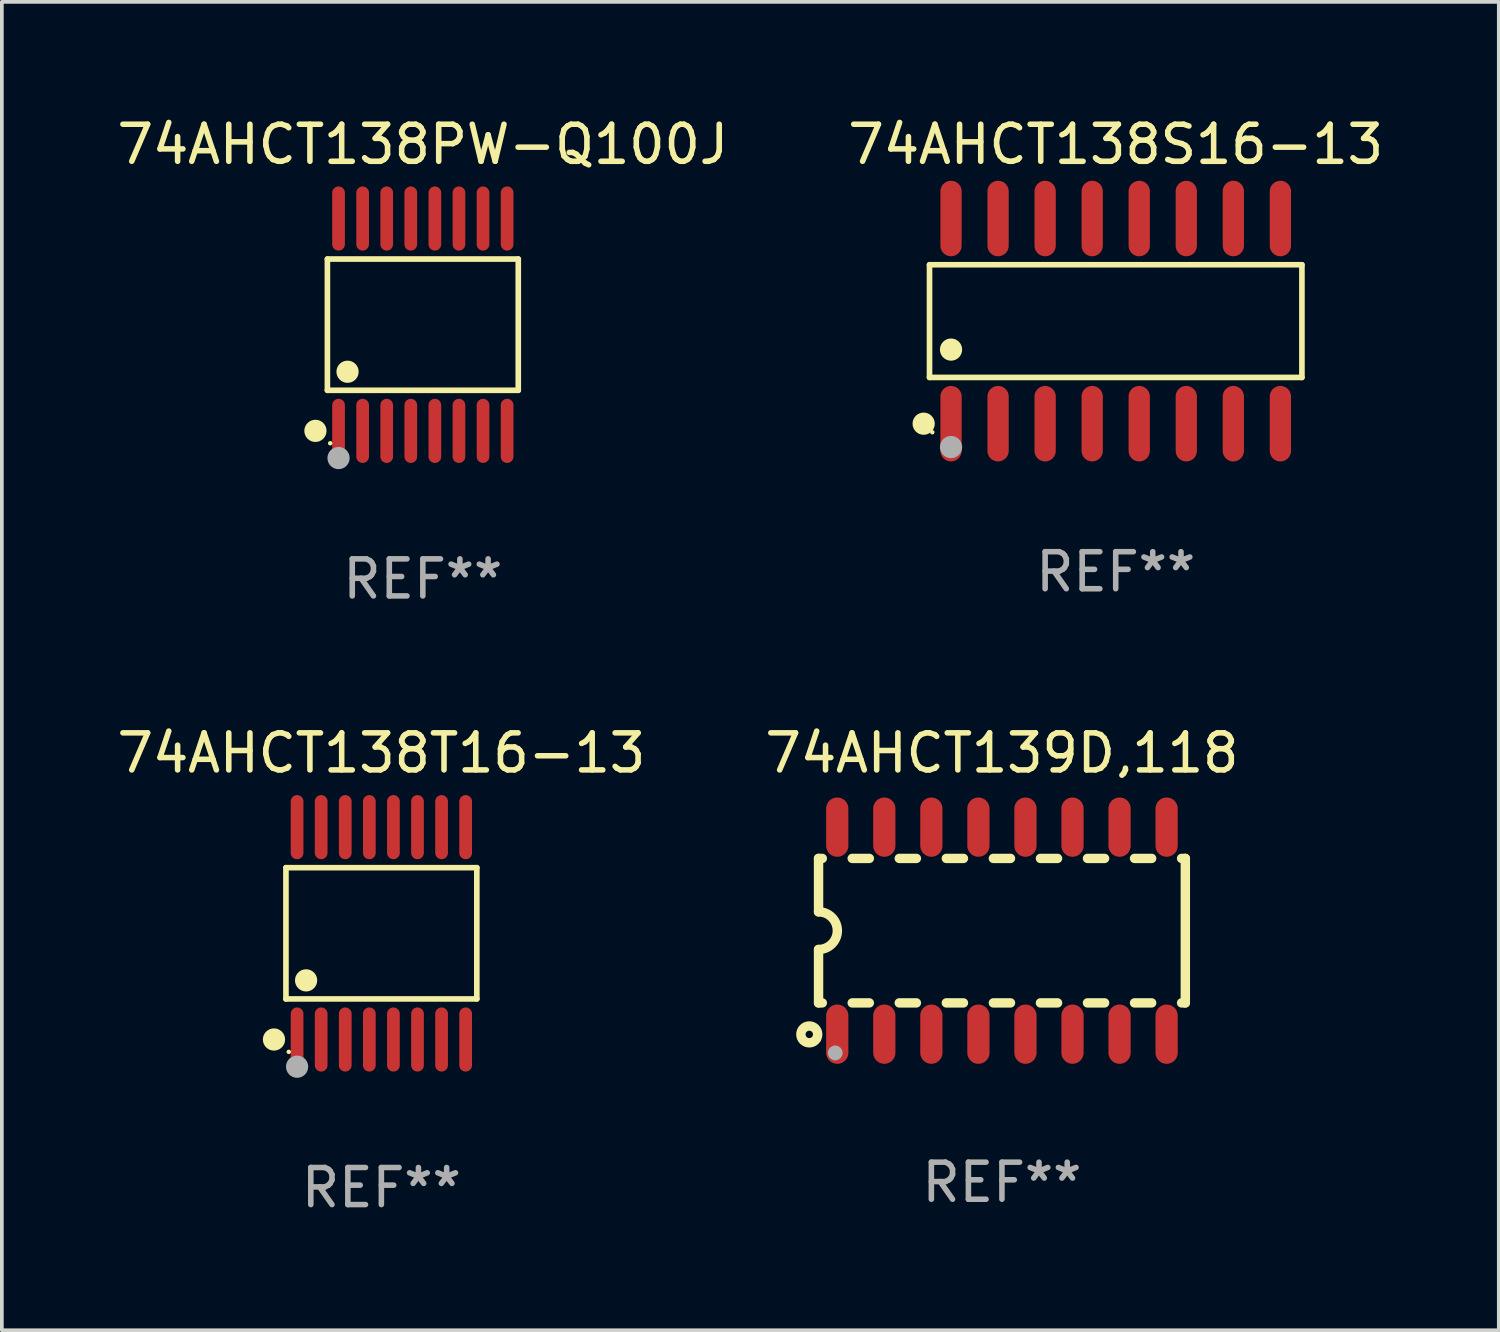
<source format=kicad_pcb>
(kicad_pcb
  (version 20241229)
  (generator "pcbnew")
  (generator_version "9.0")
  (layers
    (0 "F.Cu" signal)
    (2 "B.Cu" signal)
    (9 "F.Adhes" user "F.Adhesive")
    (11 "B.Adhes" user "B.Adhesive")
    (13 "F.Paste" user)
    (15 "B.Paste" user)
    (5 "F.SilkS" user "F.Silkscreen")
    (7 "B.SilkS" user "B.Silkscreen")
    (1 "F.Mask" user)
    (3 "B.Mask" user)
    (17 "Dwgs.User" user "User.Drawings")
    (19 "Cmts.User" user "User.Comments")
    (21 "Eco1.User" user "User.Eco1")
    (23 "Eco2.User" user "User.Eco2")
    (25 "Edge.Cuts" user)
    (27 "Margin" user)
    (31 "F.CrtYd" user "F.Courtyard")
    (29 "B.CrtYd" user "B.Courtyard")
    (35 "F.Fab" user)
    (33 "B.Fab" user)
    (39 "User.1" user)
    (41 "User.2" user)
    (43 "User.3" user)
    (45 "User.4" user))
  (footprint "74AHCT138PW-Q100J"
    (layer "F.Cu")
    (at 8.363 5.714)
    (property "Reference" "74AHCT138PW-Q100J" (at 0 -4.866 0) (layer "F.SilkS") (effects (font (size 1 1) (thickness 0.15))))
    (attr through_hole)
    (fp_line (start -2.576 -1.772) (end 2.576 -1.772) (stroke (width 0.152) (type solid)) (layer "F.SilkS"))
    (fp_line (start -2.576 1.771) (end -2.576 -1.772) (stroke (width 0.152) (type solid)) (layer "F.SilkS"))
    (fp_line (start 2.576 -1.772) (end 2.576 1.771) (stroke (width 0.152) (type solid)) (layer "F.SilkS"))
    (fp_line (start 2.576 1.771) (end -2.576 1.771) (stroke (width 0.152) (type solid)) (layer "F.SilkS"))
    (fp_circle (center -2.899 2.866) (end -2.749 2.866) (stroke (width 0.3) (type solid)) (fill no) (layer "F.SilkS"))
    (fp_circle (center -2.5 3.2) (end -2.47 3.2) (stroke (width 0.06) (type solid)) (fill no) (layer "F.SilkS"))
    (fp_circle (center -2.032 1.27) (end -1.882 1.27) (stroke (width 0.3) (type solid)) (fill no) (layer "F.SilkS"))
    (fp_circle (center -2.275 3.6) (end -2.125 3.6) (stroke (width 0.3) (type solid)) (fill no) (layer "F.Fab"))
    (fp_text user "REF**" (at 0 6.866 0) (layer "F.Fab") (effects (font (size 1 1) (thickness 0.15))))
    (pad "1" smd oval (at -2.275 2.866) (size 0.343 1.731) (layers "F.Cu" "F.Mask" "F.Paste"))
    (pad "2" smd oval (at -1.625 2.866) (size 0.343 1.731) (layers "F.Cu" "F.Mask" "F.Paste"))
    (pad "3" smd oval (at -0.975 2.866) (size 0.343 1.731) (layers "F.Cu" "F.Mask" "F.Paste"))
    (pad "4" smd oval (at -0.325 2.866) (size 0.343 1.731) (layers "F.Cu" "F.Mask" "F.Paste"))
    (pad "5" smd oval (at 0.325 2.866) (size 0.343 1.731) (layers "F.Cu" "F.Mask" "F.Paste"))
    (pad "6" smd oval (at 0.975 2.866) (size 0.343 1.731) (layers "F.Cu" "F.Mask" "F.Paste"))
    (pad "7" smd oval (at 1.625 2.866) (size 0.343 1.731) (layers "F.Cu" "F.Mask" "F.Paste"))
    (pad "8" smd oval (at 2.275 2.866) (size 0.343 1.731) (layers "F.Cu" "F.Mask" "F.Paste"))
    (pad "9" smd oval (at 2.275 -2.866) (size 0.343 1.731) (layers "F.Cu" "F.Mask" "F.Paste"))
    (pad "10" smd oval (at 1.625 -2.866) (size 0.343 1.731) (layers "F.Cu" "F.Mask" "F.Paste"))
    (pad "11" smd oval (at 0.975 -2.866) (size 0.343 1.731) (layers "F.Cu" "F.Mask" "F.Paste"))
    (pad "12" smd oval (at 0.325 -2.866) (size 0.343 1.731) (layers "F.Cu" "F.Mask" "F.Paste"))
    (pad "13" smd oval (at -0.325 -2.866) (size 0.343 1.731) (layers "F.Cu" "F.Mask" "F.Paste"))
    (pad "14" smd oval (at -0.975 -2.866) (size 0.343 1.731) (layers "F.Cu" "F.Mask" "F.Paste"))
    (pad "15" smd oval (at -1.625 -2.866) (size 0.343 1.731) (layers "F.Cu" "F.Mask" "F.Paste"))
    (pad "16" smd oval (at -2.275 -2.866) (size 0.343 1.731) (layers "F.Cu" "F.Mask" "F.Paste")))
  (footprint "74AHCT138S16-13"
    (layer "F.Cu")
    (at 27.065 5.617)
    (property "Reference" "74AHCT138S16-13" (at 0 -4.769 0) (layer "F.SilkS") (effects (font (size 1 1) (thickness 0.15))))
    (attr through_hole)
    (fp_line (start -5.026 -1.521) (end 5.026 -1.521) (stroke (width 0.152) (type solid)) (layer "F.SilkS"))
    (fp_line (start -5.026 1.521) (end -5.026 -1.521) (stroke (width 0.152) (type solid)) (layer "F.SilkS"))
    (fp_line (start 5.026 -1.521) (end 5.026 1.521) (stroke (width 0.152) (type solid)) (layer "F.SilkS"))
    (fp_line (start 5.026 1.521) (end -5.026 1.521) (stroke (width 0.152) (type solid)) (layer "F.SilkS"))
    (fp_circle (center -5.184 2.769) (end -5.034 2.769) (stroke (width 0.3) (type solid)) (fill no) (layer "F.SilkS"))
    (fp_circle (center -4.95 3) (end -4.92 3) (stroke (width 0.06) (type solid)) (fill no) (layer "F.SilkS"))
    (fp_circle (center -4.445 0.769) (end -4.295 0.769) (stroke (width 0.3) (type solid)) (fill no) (layer "F.SilkS"))
    (fp_circle (center -4.445 3.4) (end -4.295 3.4) (stroke (width 0.3) (type solid)) (fill no) (layer "F.Fab"))
    (fp_text user "REF**" (at 0 6.769 0) (layer "F.Fab") (effects (font (size 1 1) (thickness 0.15))))
    (pad "1" smd oval (at -4.445 2.769) (size 0.574 2.038) (layers "F.Cu" "F.Mask" "F.Paste"))
    (pad "2" smd oval (at -3.175 2.769) (size 0.574 2.038) (layers "F.Cu" "F.Mask" "F.Paste"))
    (pad "3" smd oval (at -1.905 2.769) (size 0.574 2.038) (layers "F.Cu" "F.Mask" "F.Paste"))
    (pad "4" smd oval (at -0.635 2.769) (size 0.574 2.038) (layers "F.Cu" "F.Mask" "F.Paste"))
    (pad "5" smd oval (at 0.635 2.769) (size 0.574 2.038) (layers "F.Cu" "F.Mask" "F.Paste"))
    (pad "6" smd oval (at 1.905 2.769) (size 0.574 2.038) (layers "F.Cu" "F.Mask" "F.Paste"))
    (pad "7" smd oval (at 3.175 2.769) (size 0.574 2.038) (layers "F.Cu" "F.Mask" "F.Paste"))
    (pad "8" smd oval (at 4.445 2.769) (size 0.574 2.038) (layers "F.Cu" "F.Mask" "F.Paste"))
    (pad "9" smd oval (at 4.445 -2.769) (size 0.574 2.038) (layers "F.Cu" "F.Mask" "F.Paste"))
    (pad "10" smd oval (at 3.175 -2.769) (size 0.574 2.038) (layers "F.Cu" "F.Mask" "F.Paste"))
    (pad "11" smd oval (at 1.905 -2.769) (size 0.574 2.038) (layers "F.Cu" "F.Mask" "F.Paste"))
    (pad "12" smd oval (at 0.635 -2.769) (size 0.574 2.038) (layers "F.Cu" "F.Mask" "F.Paste"))
    (pad "13" smd oval (at -0.635 -2.769) (size 0.574 2.038) (layers "F.Cu" "F.Mask" "F.Paste"))
    (pad "14" smd oval (at -1.905 -2.769) (size 0.574 2.038) (layers "F.Cu" "F.Mask" "F.Paste"))
    (pad "15" smd oval (at -3.175 -2.769) (size 0.574 2.038) (layers "F.Cu" "F.Mask" "F.Paste"))
    (pad "16" smd oval (at -4.445 -2.769) (size 0.574 2.038) (layers "F.Cu" "F.Mask" "F.Paste")))
  (footprint "74AHCT138T16-13"
    (layer "F.Cu")
    (at 7.244 22.142)
    (property "Reference" "74AHCT138T16-13" (at 0 -4.866 0) (layer "F.SilkS") (effects (font (size 1 1) (thickness 0.15))))
    (attr through_hole)
    (fp_line (start -2.576 -1.772) (end 2.576 -1.772) (stroke (width 0.152) (type solid)) (layer "F.SilkS"))
    (fp_line (start -2.576 1.771) (end -2.576 -1.772) (stroke (width 0.152) (type solid)) (layer "F.SilkS"))
    (fp_line (start 2.576 -1.772) (end 2.576 1.771) (stroke (width 0.152) (type solid)) (layer "F.SilkS"))
    (fp_line (start 2.576 1.771) (end -2.576 1.771) (stroke (width 0.152) (type solid)) (layer "F.SilkS"))
    (fp_circle (center -2.899 2.866) (end -2.749 2.866) (stroke (width 0.3) (type solid)) (fill no) (layer "F.SilkS"))
    (fp_circle (center -2.5 3.2) (end -2.47 3.2) (stroke (width 0.06) (type solid)) (fill no) (layer "F.SilkS"))
    (fp_circle (center -2.032 1.27) (end -1.882 1.27) (stroke (width 0.3) (type solid)) (fill no) (layer "F.SilkS"))
    (fp_circle (center -2.275 3.6) (end -2.125 3.6) (stroke (width 0.3) (type solid)) (fill no) (layer "F.Fab"))
    (fp_text user "REF**" (at 0 6.866 0) (layer "F.Fab") (effects (font (size 1 1) (thickness 0.15))))
    (pad "1" smd oval (at -2.275 2.866) (size 0.343 1.731) (layers "F.Cu" "F.Mask" "F.Paste"))
    (pad "2" smd oval (at -1.625 2.866) (size 0.343 1.731) (layers "F.Cu" "F.Mask" "F.Paste"))
    (pad "3" smd oval (at -0.975 2.866) (size 0.343 1.731) (layers "F.Cu" "F.Mask" "F.Paste"))
    (pad "4" smd oval (at -0.325 2.866) (size 0.343 1.731) (layers "F.Cu" "F.Mask" "F.Paste"))
    (pad "5" smd oval (at 0.325 2.866) (size 0.343 1.731) (layers "F.Cu" "F.Mask" "F.Paste"))
    (pad "6" smd oval (at 0.975 2.866) (size 0.343 1.731) (layers "F.Cu" "F.Mask" "F.Paste"))
    (pad "7" smd oval (at 1.625 2.866) (size 0.343 1.731) (layers "F.Cu" "F.Mask" "F.Paste"))
    (pad "8" smd oval (at 2.275 2.866) (size 0.343 1.731) (layers "F.Cu" "F.Mask" "F.Paste"))
    (pad "9" smd oval (at 2.275 -2.866) (size 0.343 1.731) (layers "F.Cu" "F.Mask" "F.Paste"))
    (pad "10" smd oval (at 1.625 -2.866) (size 0.343 1.731) (layers "F.Cu" "F.Mask" "F.Paste"))
    (pad "11" smd oval (at 0.975 -2.866) (size 0.343 1.731) (layers "F.Cu" "F.Mask" "F.Paste"))
    (pad "12" smd oval (at 0.325 -2.866) (size 0.343 1.731) (layers "F.Cu" "F.Mask" "F.Paste"))
    (pad "13" smd oval (at -0.325 -2.866) (size 0.343 1.731) (layers "F.Cu" "F.Mask" "F.Paste"))
    (pad "14" smd oval (at -0.975 -2.866) (size 0.343 1.731) (layers "F.Cu" "F.Mask" "F.Paste"))
    (pad "15" smd oval (at -1.625 -2.866) (size 0.343 1.731) (layers "F.Cu" "F.Mask" "F.Paste"))
    (pad "16" smd oval (at -2.275 -2.866) (size 0.343 1.731) (layers "F.Cu" "F.Mask" "F.Paste")))
  (footprint "74AHCT139D,118"
    (layer "F.Cu")
    (at 23.994 22.07)
    (property "Reference" "74AHCT139D,118" (at 0 -4.794 0) (layer "F.SilkS") (effects (font (size 1 1) (thickness 0.15))))
    (attr through_hole)
    (fp_line (start -4.95 -1.95) (end -4.95 -0.508) (stroke (width 0.254) (type solid)) (layer "F.SilkS"))
    (fp_line (start -4.95 -1.95) (end -4.849 -1.95) (stroke (width 0.254) (type solid)) (layer "F.SilkS"))
    (fp_line (start -4.95 1.95) (end -4.95 0.508) (stroke (width 0.254) (type solid)) (layer "F.SilkS"))
    (fp_line (start -4.95 1.95) (end -4.849 1.95) (stroke (width 0.254) (type solid)) (layer "F.SilkS"))
    (fp_line (start -4.041 -1.95) (end -3.579 -1.95) (stroke (width 0.254) (type solid)) (layer "F.SilkS"))
    (fp_line (start -4.041 1.95) (end -3.579 1.95) (stroke (width 0.254) (type solid)) (layer "F.SilkS"))
    (fp_line (start -2.771 -1.95) (end -2.309 -1.95) (stroke (width 0.254) (type solid)) (layer "F.SilkS"))
    (fp_line (start -2.771 1.95) (end -2.309 1.95) (stroke (width 0.254) (type solid)) (layer "F.SilkS"))
    (fp_line (start -1.501 -1.95) (end -1.039 -1.95) (stroke (width 0.254) (type solid)) (layer "F.SilkS"))
    (fp_line (start -1.501 1.95) (end -1.039 1.95) (stroke (width 0.254) (type solid)) (layer "F.SilkS"))
    (fp_line (start -0.231 -1.95) (end 0.231 -1.95) (stroke (width 0.254) (type solid)) (layer "F.SilkS"))
    (fp_line (start -0.231 1.95) (end 0.231 1.95) (stroke (width 0.254) (type solid)) (layer "F.SilkS"))
    (fp_line (start 1.039 -1.95) (end 1.501 -1.95) (stroke (width 0.254) (type solid)) (layer "F.SilkS"))
    (fp_line (start 1.039 1.95) (end 1.501 1.95) (stroke (width 0.254) (type solid)) (layer "F.SilkS"))
    (fp_line (start 2.309 -1.95) (end 2.771 -1.95) (stroke (width 0.254) (type solid)) (layer "F.SilkS"))
    (fp_line (start 2.309 1.95) (end 2.771 1.95) (stroke (width 0.254) (type solid)) (layer "F.SilkS"))
    (fp_line (start 3.579 -1.95) (end 4.041 -1.95) (stroke (width 0.254) (type solid)) (layer "F.SilkS"))
    (fp_line (start 3.579 1.95) (end 4.041 1.95) (stroke (width 0.254) (type solid)) (layer "F.SilkS"))
    (fp_line (start 4.849 -1.95) (end 4.95 -1.95) (stroke (width 0.254) (type solid)) (layer "F.SilkS"))
    (fp_line (start 4.849 1.95) (end 4.95 1.95) (stroke (width 0.254) (type solid)) (layer "F.SilkS"))
    (fp_line (start 4.95 -1.95) (end 4.95 1.95) (stroke (width 0.254) (type solid)) (layer "F.SilkS"))
    (fp_arc (start -4.95047 -0.508001) (mid -4.442469 -0.000228) (end -4.950013 0.508001) (stroke (width 0.254001) (type solid)) (layer "F.SilkS"))
    (fp_circle (center -5.2 2.8) (end -5.1 2.8) (stroke (width 0.254) (type solid)) (fill no) (layer "F.SilkS"))
    (fp_circle (center -4.95 2.947) (end -4.92 2.947) (stroke (width 0.06) (type solid)) (fill no) (layer "F.SilkS"))
    (fp_circle (center -4.5 3.3) (end -4.4 3.3) (stroke (width 0.2) (type solid)) (fill no) (layer "F.Fab"))
    (fp_text user "REF**" (at 0 6.794 0) (layer "F.Fab") (effects (font (size 1 1) (thickness 0.15))))
    (pad "1" smd oval (at -4.445 2.794) (size 0.6 1.6) (layers "F.Cu" "F.Mask" "F.Paste"))
    (pad "2" smd oval (at -3.175 2.794) (size 0.6 1.6) (layers "F.Cu" "F.Mask" "F.Paste"))
    (pad "3" smd oval (at -1.905 2.794) (size 0.6 1.6) (layers "F.Cu" "F.Mask" "F.Paste"))
    (pad "4" smd oval (at -0.635 2.794) (size 0.6 1.6) (layers "F.Cu" "F.Mask" "F.Paste"))
    (pad "5" smd oval (at 0.635 2.794) (size 0.6 1.6) (layers "F.Cu" "F.Mask" "F.Paste"))
    (pad "6" smd oval (at 1.905 2.794) (size 0.6 1.6) (layers "F.Cu" "F.Mask" "F.Paste"))
    (pad "7" smd oval (at 3.175 2.794) (size 0.6 1.6) (layers "F.Cu" "F.Mask" "F.Paste"))
    (pad "8" smd oval (at 4.445 2.794) (size 0.6 1.6) (layers "F.Cu" "F.Mask" "F.Paste"))
    (pad "9" smd oval (at 4.445 -2.794) (size 0.6 1.6) (layers "F.Cu" "F.Mask" "F.Paste"))
    (pad "10" smd oval (at 3.175 -2.794) (size 0.6 1.6) (layers "F.Cu" "F.Mask" "F.Paste"))
    (pad "11" smd oval (at 1.905 -2.794) (size 0.6 1.6) (layers "F.Cu" "F.Mask" "F.Paste"))
    (pad "12" smd oval (at 0.635 -2.794) (size 0.6 1.6) (layers "F.Cu" "F.Mask" "F.Paste"))
    (pad "13" smd oval (at -0.635 -2.794) (size 0.6 1.6) (layers "F.Cu" "F.Mask" "F.Paste"))
    (pad "14" smd oval (at -1.905 -2.794) (size 0.6 1.6) (layers "F.Cu" "F.Mask" "F.Paste"))
    (pad "15" smd oval (at -3.175 -2.794) (size 0.6 1.6) (layers "F.Cu" "F.Mask" "F.Paste"))
    (pad "16" smd oval (at -4.445 -2.794) (size 0.6 1.6) (layers "F.Cu" "F.Mask" "F.Paste")))
  (gr_rect
    (start -3 -3)
    (end 37.405 32.856)
    (stroke (width 0.1) (type default))
    (fill no)
    (layer "Edge.Cuts")))
</source>
